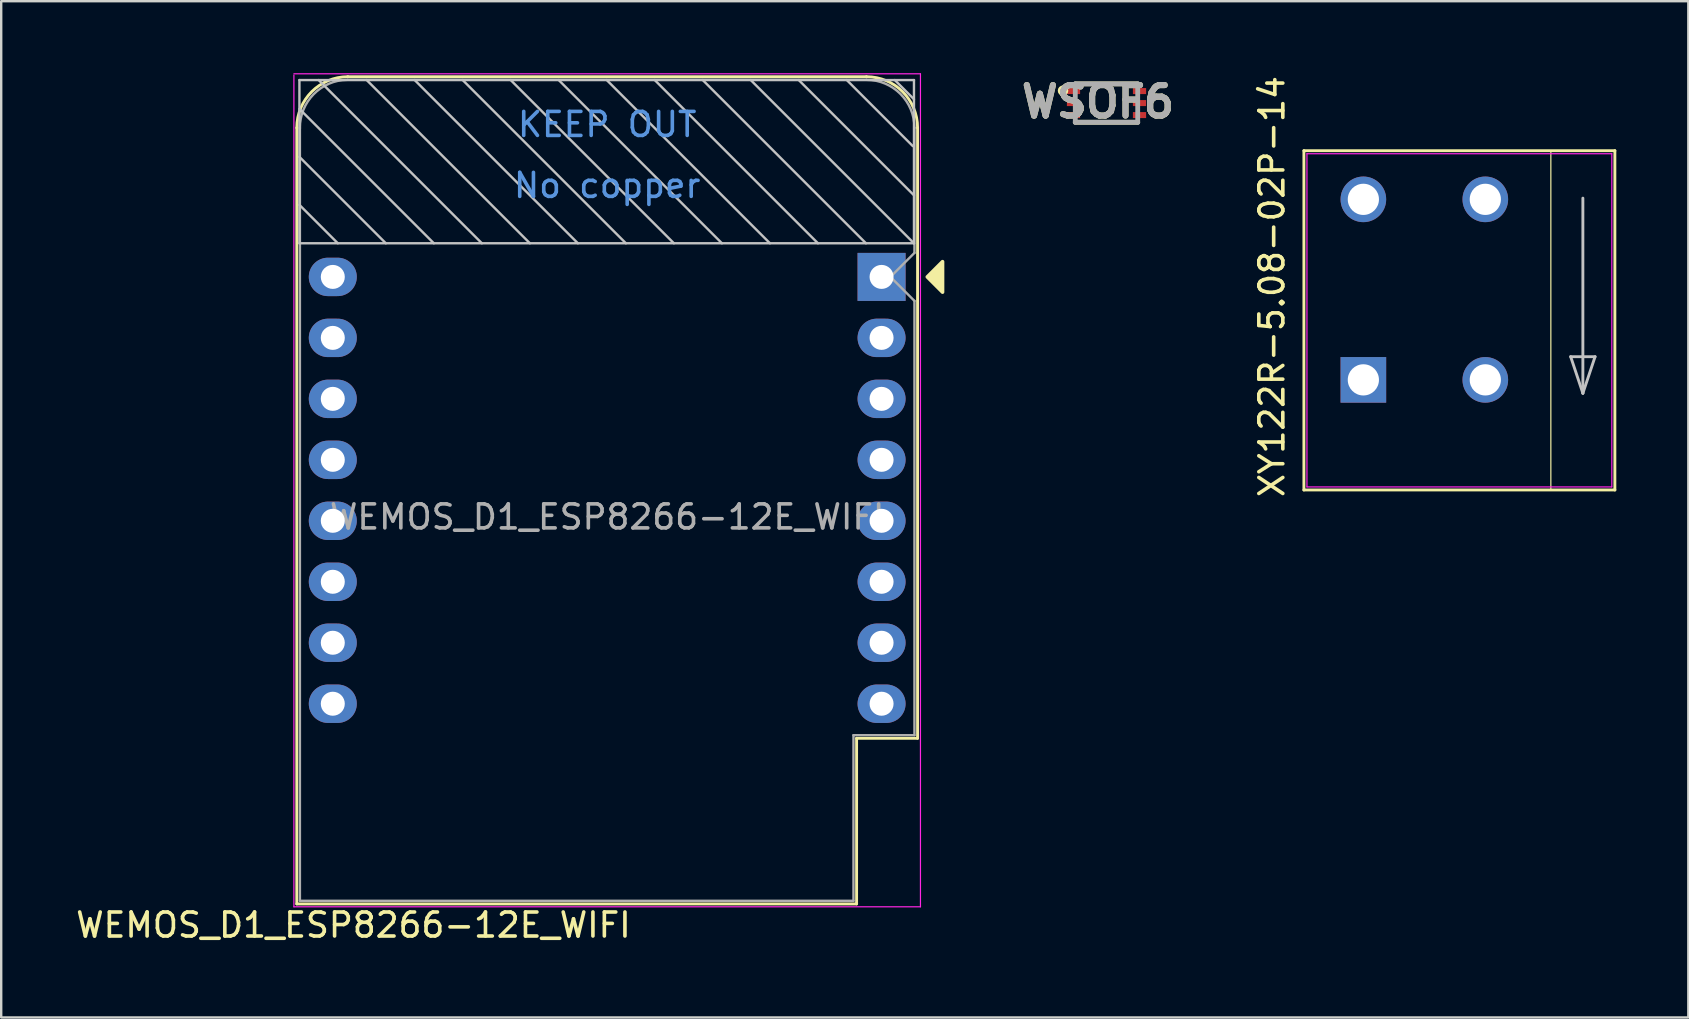
<source format=kicad_pcb>
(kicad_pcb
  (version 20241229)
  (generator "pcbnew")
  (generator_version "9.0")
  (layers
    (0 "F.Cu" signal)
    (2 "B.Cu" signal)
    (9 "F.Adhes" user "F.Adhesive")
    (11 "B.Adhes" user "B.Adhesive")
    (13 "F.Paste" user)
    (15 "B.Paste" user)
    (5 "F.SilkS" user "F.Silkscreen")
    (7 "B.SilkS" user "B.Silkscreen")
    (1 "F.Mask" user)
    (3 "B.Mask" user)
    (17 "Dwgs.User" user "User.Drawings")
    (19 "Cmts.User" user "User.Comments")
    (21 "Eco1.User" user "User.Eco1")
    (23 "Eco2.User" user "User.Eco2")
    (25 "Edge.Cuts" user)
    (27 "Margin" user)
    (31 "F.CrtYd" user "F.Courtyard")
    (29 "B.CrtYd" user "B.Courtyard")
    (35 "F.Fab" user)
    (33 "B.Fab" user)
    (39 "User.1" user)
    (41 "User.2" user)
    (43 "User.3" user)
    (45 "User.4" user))
  (footprint "WSOF6"
    (layer "F.Cu")
    (at 43.043 1.244)
    (property "Reference" "WSOF6" (at -0.357 -0.055 0) (layer "F.SilkS") (effects (font (size 1.27 1.27) (thickness 0.254))))
    (attr smd)
    (fp_line (start -1.3 -0.8) (end 1.3 -0.8) (stroke (width 0.2) (type solid)) (layer "F.SilkS"))
    (fp_line (start 1.3 0.8) (end -1.3 0.8) (stroke (width 0.2) (type solid)) (layer "F.SilkS"))
    (fp_circle (center -1.811 -0.516) (end -1.811 -0.497) (stroke (width 0.2) (type solid)) (fill no) (layer "F.SilkS"))
    (fp_line (start -1.3 -0.8) (end 1.3 -0.8) (stroke (width 0.2) (type solid)) (layer "F.Fab"))
    (fp_line (start -1.3 0.8) (end -1.3 -0.8) (stroke (width 0.2) (type solid)) (layer "F.Fab"))
    (fp_line (start 1.3 -0.8) (end 1.3 0.8) (stroke (width 0.2) (type solid)) (layer "F.Fab"))
    (fp_line (start 1.3 0.8) (end -1.3 0.8) (stroke (width 0.2) (type solid)) (layer "F.Fab"))
    (fp_text user "${REFERENCE}" (at -0.357 -0.055 0) (layer "F.Fab") (effects (font (size 1.27 1.27) (thickness 0.254))))
    (pad "1" smd rect (at -1.375 -0.5 90) (size 0.25 0.55) (layers "F.Cu" "F.Mask" "F.Paste"))
    (pad "2" smd rect (at -1.375 0 90) (size 0.25 0.55) (layers "F.Cu" "F.Mask" "F.Paste"))
    (pad "3" smd rect (at -1.375 0.5 90) (size 0.25 0.55) (layers "F.Cu" "F.Mask" "F.Paste"))
    (pad "4" smd rect (at 1.375 0.5 90) (size 0.25 0.55) (layers "F.Cu" "F.Mask" "F.Paste"))
    (pad "5" smd rect (at 1.375 0 90) (size 0.25 0.55) (layers "F.Cu" "F.Mask" "F.Paste"))
    (pad "6" smd rect (at 1.375 -0.5 90) (size 0.25 0.55) (layers "F.Cu" "F.Mask" "F.Paste")))
  (footprint "WEMOS_D1_ESP8266-12E_WIFI"
    (layer "F.Cu")
    (at 33.673 8.485)
    (property "Reference" "WEMOS_D1_ESP8266-12E_WIFI" (at -22 27 0) (layer "F.SilkS") (effects (font (size 1 1) (thickness 0.15))))
    (attr through_hole)
    (fp_line (start -24.36 26.12) (end -24.36 -6.21) (stroke (width 0.12) (type solid)) (layer "F.SilkS"))
    (fp_line (start -22.24 -8.34) (end -0.63 -8.34) (stroke (width 0.12) (type solid)) (layer "F.SilkS"))
    (fp_line (start -1.04 19.22) (end -1.04 26.12) (stroke (width 0.12) (type solid)) (layer "F.SilkS"))
    (fp_line (start -1.04 26.12) (end -24.36 26.12) (stroke (width 0.12) (type solid)) (layer "F.SilkS"))
    (fp_line (start 1.5 19.22) (end -1.04 19.22) (stroke (width 0.12) (type solid)) (layer "F.SilkS"))
    (fp_line (start 1.5 19.22) (end 1.5 -6.21) (stroke (width 0.12) (type solid)) (layer "F.SilkS"))
    (fp_arc (start -24.36 -6.21) (mid -23.736137 -7.716137) (end -22.23 -8.34) (stroke (width 0.12) (type solid)) (layer "F.SilkS"))
    (fp_arc (start -0.63 -8.34) (mid 0.876137 -7.716137) (end 1.5 -6.21) (stroke (width 0.12) (type solid)) (layer "F.SilkS"))
    (fp_poly (pts (xy 2.54 -0.635) (xy 2.54 0.635) (xy 1.905 0)) (stroke (width 0.15) (type solid)) (fill yes) (layer "F.SilkS"))
    (fp_line (start -24.25 -8.2) (end 1.35 -8.2) (stroke (width 0.1) (type solid)) (layer "Dwgs.User"))
    (fp_line (start -24.25 -1.4) (end -24.25 -8.2) (stroke (width 0.1) (type solid)) (layer "Dwgs.User"))
    (fp_line (start -22.65 -1.4) (end -24.25 -3) (stroke (width 0.1) (type solid)) (layer "Dwgs.User"))
    (fp_line (start -20.65 -1.4) (end -24.25 -5) (stroke (width 0.1) (type solid)) (layer "Dwgs.User"))
    (fp_line (start -18.65 -1.4) (end -24.25 -7) (stroke (width 0.1) (type solid)) (layer "Dwgs.User"))
    (fp_line (start -16.65 -1.4) (end -23.45 -8.2) (stroke (width 0.1) (type solid)) (layer "Dwgs.User"))
    (fp_line (start -14.65 -1.4) (end -21.45 -8.2) (stroke (width 0.1) (type solid)) (layer "Dwgs.User"))
    (fp_line (start -12.65 -1.4) (end -19.45 -8.2) (stroke (width 0.1) (type solid)) (layer "Dwgs.User"))
    (fp_line (start -10.65 -1.4) (end -17.45 -8.2) (stroke (width 0.1) (type solid)) (layer "Dwgs.User"))
    (fp_line (start -8.65 -1.4) (end -15.45 -8.2) (stroke (width 0.1) (type solid)) (layer "Dwgs.User"))
    (fp_line (start -6.65 -1.4) (end -13.45 -8.2) (stroke (width 0.1) (type solid)) (layer "Dwgs.User"))
    (fp_line (start -4.65 -1.4) (end -11.45 -8.2) (stroke (width 0.1) (type solid)) (layer "Dwgs.User"))
    (fp_line (start -2.65 -1.4) (end -9.45 -8.2) (stroke (width 0.1) (type solid)) (layer "Dwgs.User"))
    (fp_line (start -0.65 -1.4) (end -7.45 -8.2) (stroke (width 0.1) (type solid)) (layer "Dwgs.User"))
    (fp_line (start 1.3 -5.45) (end -1.45 -8.2) (stroke (width 0.1) (type solid)) (layer "Dwgs.User"))
    (fp_line (start 1.35 -8.2) (end 1.35 -1.4) (stroke (width 0.1) (type solid)) (layer "Dwgs.User"))
    (fp_line (start 1.35 -7.4) (end 0.55 -8.2) (stroke (width 0.1) (type solid)) (layer "Dwgs.User"))
    (fp_line (start 1.35 -3.4) (end -3.45 -8.2) (stroke (width 0.1) (type solid)) (layer "Dwgs.User"))
    (fp_line (start 1.35 -1.4) (end -24.25 -1.4) (stroke (width 0.1) (type solid)) (layer "Dwgs.User"))
    (fp_line (start 1.35 -1.4) (end -5.45 -8.2) (stroke (width 0.1) (type solid)) (layer "Dwgs.User"))
    (fp_line (start -24.48 -8.41) (end -24.48 26.24) (stroke (width 0.05) (type solid)) (layer "F.CrtYd"))
    (fp_line (start -24.48 26.24) (end 1.62 26.24) (stroke (width 0.05) (type solid)) (layer "F.CrtYd"))
    (fp_line (start 1.62 -8.46) (end -24.48 -8.46) (stroke (width 0.05) (type solid)) (layer "F.CrtYd"))
    (fp_line (start 1.62 26.24) (end 1.62 -8.46) (stroke (width 0.05) (type solid)) (layer "F.CrtYd"))
    (fp_line (start -24.23 25.99) (end -24.23 -6.21) (stroke (width 0.1) (type solid)) (layer "F.Fab"))
    (fp_line (start -22.23 -8.21) (end -0.63 -8.21) (stroke (width 0.1) (type solid)) (layer "F.Fab"))
    (fp_line (start -1.17 19.09) (end -1.17 25.99) (stroke (width 0.1) (type solid)) (layer "F.Fab"))
    (fp_line (start -1.17 25.99) (end -24.23 25.99) (stroke (width 0.1) (type solid)) (layer "F.Fab"))
    (fp_line (start 0.37 0) (end 1.37 -1) (stroke (width 0.1) (type solid)) (layer "F.Fab"))
    (fp_line (start 1.37 -6.21) (end 1.37 -1) (stroke (width 0.1) (type solid)) (layer "F.Fab"))
    (fp_line (start 1.37 1) (end 0.37 0) (stroke (width 0.1) (type solid)) (layer "F.Fab"))
    (fp_line (start 1.37 1) (end 1.37 19.09) (stroke (width 0.1) (type solid)) (layer "F.Fab"))
    (fp_line (start 1.37 19.09) (end -1.17 19.09) (stroke (width 0.1) (type solid)) (layer "F.Fab"))
    (fp_arc (start -24.23 -6.19) (mid -23.658356 -7.610071) (end -22.25 -8.21) (stroke (width 0.1) (type solid)) (layer "F.Fab"))
    (fp_arc (start -0.63 -8.21) (mid 0.784214 -7.624214) (end 1.37 -6.21) (stroke (width 0.1) (type solid)) (layer "F.Fab"))
    (fp_text user "KEEP OUT" (at -11.43 -6.35 0) (layer "Cmts.User") (effects (font (size 1 1) (thickness 0.15))))
    (fp_text user "No copper" (at -11.43 -3.81 0) (layer "Cmts.User") (effects (font (size 1 1) (thickness 0.15))))
    (fp_text user "${REFERENCE}" (at -11.43 10 0) (layer "F.Fab") (effects (font (size 1 1) (thickness 0.15))))
    (pad "1" thru_hole rect (at 0 0) (size 2 2) (drill 1) (layers "*.Cu" "*.Mask"))
    (pad "2" thru_hole oval (at 0 2.54) (size 2 1.6) (drill 1) (layers "*.Cu" "*.Mask"))
    (pad "3" thru_hole oval (at 0 5.08) (size 2 1.6) (drill 1) (layers "*.Cu" "*.Mask"))
    (pad "4" thru_hole oval (at 0 7.62) (size 2 1.6) (drill 1) (layers "*.Cu" "*.Mask"))
    (pad "5" thru_hole oval (at 0 10.16) (size 2 1.6) (drill 1) (layers "*.Cu" "*.Mask"))
    (pad "6" thru_hole oval (at 0 12.7) (size 2 1.6) (drill 1) (layers "*.Cu" "*.Mask"))
    (pad "7" thru_hole oval (at 0 15.24) (size 2 1.6) (drill 1) (layers "*.Cu" "*.Mask"))
    (pad "8" thru_hole oval (at 0 17.78) (size 2 1.6) (drill 1) (layers "*.Cu" "*.Mask"))
    (pad "9" thru_hole oval (at -22.86 17.78) (size 2 1.6) (drill 1) (layers "*.Cu" "*.Mask"))
    (pad "10" thru_hole oval (at -22.86 15.24) (size 2 1.6) (drill 1) (layers "*.Cu" "*.Mask"))
    (pad "11" thru_hole oval (at -22.86 12.7) (size 2 1.6) (drill 1) (layers "*.Cu" "*.Mask"))
    (pad "12" thru_hole oval (at -22.86 10.16) (size 2 1.6) (drill 1) (layers "*.Cu" "*.Mask"))
    (pad "13" thru_hole oval (at -22.86 7.62) (size 2 1.6) (drill 1) (layers "*.Cu" "*.Mask"))
    (pad "14" thru_hole oval (at -22.86 5.08) (size 2 1.6) (drill 1) (layers "*.Cu" "*.Mask"))
    (pad "15" thru_hole oval (at -22.86 2.54) (size 2 1.6) (drill 1) (layers "*.Cu" "*.Mask"))
    (pad "16" thru_hole oval (at -22.86 0) (size 2 1.6) (drill 1) (layers "*.Cu" "*.Mask")))
  (footprint "XY122R-5.08-02P-14"
    (layer "F.Cu")
    (at 53.743 12.824)
    (property "Reference" "XY122R-5.08-02P-14" (at -3.81 -3.937 90) (layer "F.SilkS") (effects (font (size 1 1) (thickness 0.15))))
    (attr through_hole)
    (fp_line (start -2.477 -9.597) (end 10.477 -9.597) (stroke (width 0.12) (type solid)) (layer "F.SilkS"))
    (fp_line (start -2.477 4.537) (end -2.477 -9.597) (stroke (width 0.12) (type solid)) (layer "F.SilkS"))
    (fp_line (start 7.81 -9.597) (end 7.81 4.5) (stroke (width 0.05) (type solid)) (layer "F.SilkS"))
    (fp_line (start 10.477 -9.597) (end 10.477 4.537) (stroke (width 0.12) (type solid)) (layer "F.SilkS"))
    (fp_line (start 10.477 4.537) (end -2.477 4.537) (stroke (width 0.12) (type solid)) (layer "F.SilkS"))
    (fp_line (start 8.636 -1.016) (end 9.652 -1.016) (stroke (width 0.12) (type solid)) (layer "Dwgs.User"))
    (fp_line (start 9.144 -7.62) (end 9.144 0.508) (stroke (width 0.12) (type solid)) (layer "Dwgs.User"))
    (fp_line (start 9.144 0.508) (end 8.636 -1.016) (stroke (width 0.12) (type solid)) (layer "Dwgs.User"))
    (fp_line (start 9.652 -1.016) (end 9.144 0.508) (stroke (width 0.12) (type solid)) (layer "Dwgs.User"))
    (fp_line (start -2.35 -9.47) (end -2.35 4.41) (stroke (width 0.05) (type solid)) (layer "F.CrtYd"))
    (fp_line (start -2.35 -9.47) (end 10.35 -9.47) (stroke (width 0.05) (type solid)) (layer "F.CrtYd"))
    (fp_line (start -2.35 4.41) (end 10.35 4.41) (stroke (width 0.05) (type solid)) (layer "F.CrtYd"))
    (fp_line (start 10.35 -9.47) (end 10.35 4.41) (stroke (width 0.05) (type solid)) (layer "F.CrtYd"))
    (pad "1" thru_hole circle (at 0 -7.57) (size 1.9 1.9) (drill 1.3) (layers "*.Cu" "*.Mask"))
    (pad "1" thru_hole rect (at 0 -0.05) (size 1.9 1.9) (drill 1.3) (layers "*.Cu" "*.Mask"))
    (pad "2" thru_hole circle (at 5.08 -7.57) (size 1.9 1.9) (drill 1.3) (layers "*.Cu" "*.Mask"))
    (pad "2" thru_hole circle (at 5.08 -0.05) (size 1.9 1.9) (drill 1.3) (layers "*.Cu" "*.Mask")))
  (gr_rect
    (start -3 -3)
    (end 67.28 39.333)
    (stroke (width 0.1) (type default))
    (fill no)
    (layer "Edge.Cuts")))
</source>
